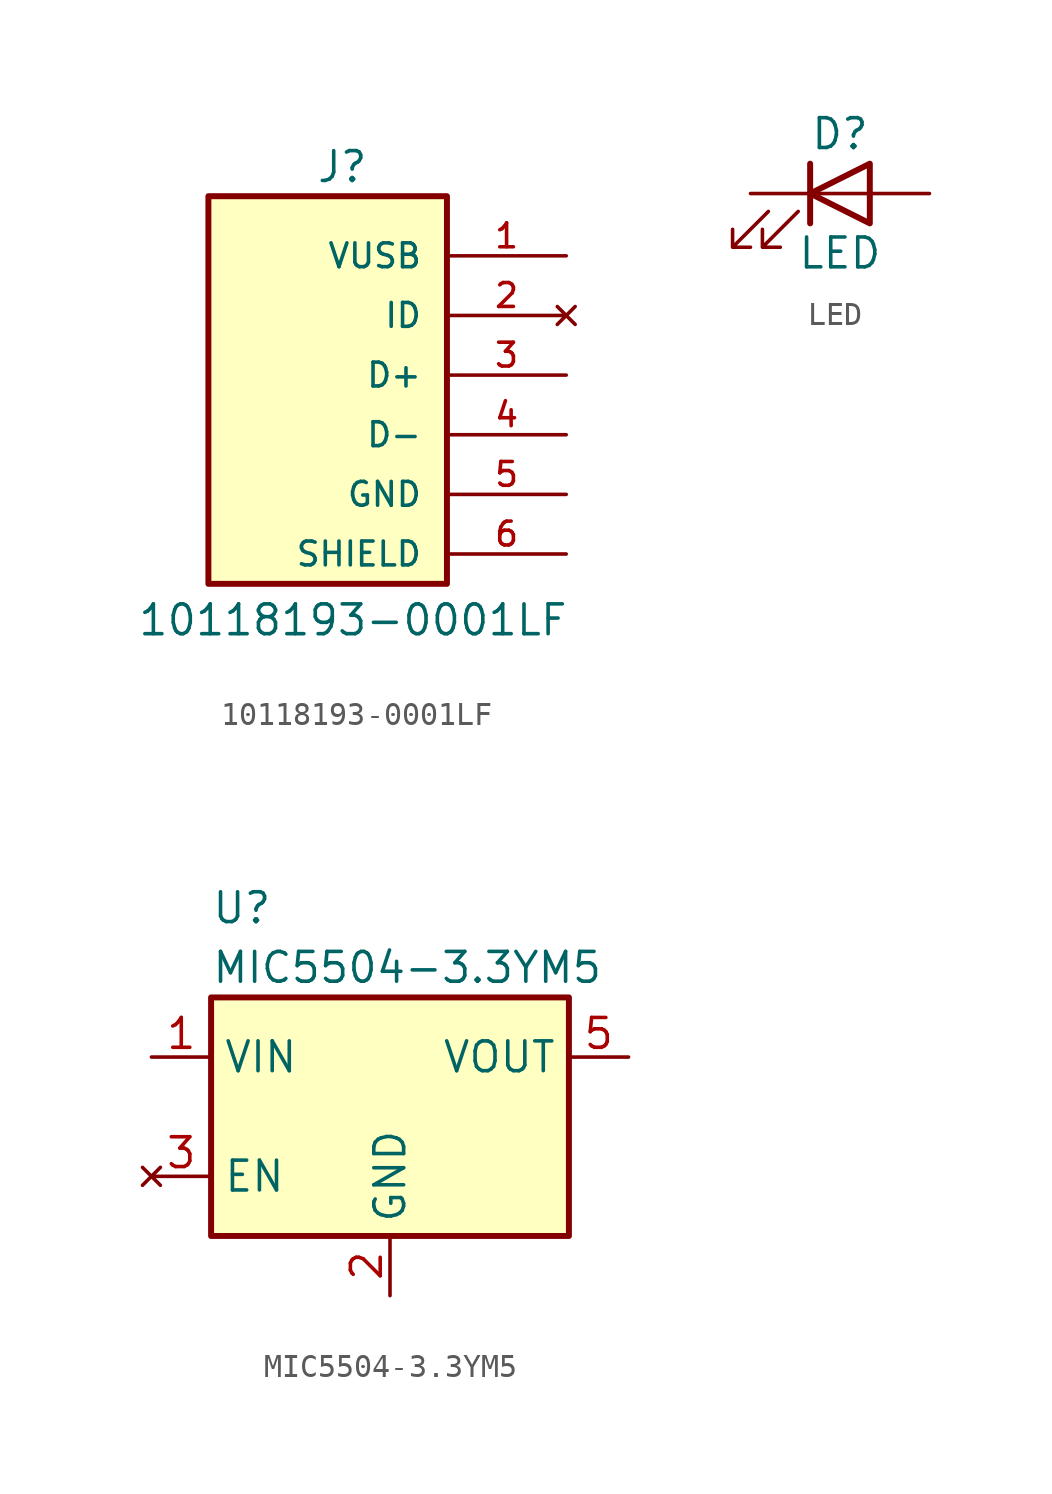
<source format=kicad_sym>
(kicad_symbol_lib
  (version 20241209)
  (generator "kicad_symbol_editor")
  (generator_version "9.0")
  (symbol "10118193-0001LF"
    (pin_names
      (offset 1.016))
    (property "Reference" "J"
      (at -0.508 6.858 0)
      (effects (font (size 1.27 1.27)) (justify left bottom)))
    (property "Value" "10118193-0001LF"
      (at -8.128 -12.446 0)
      (effects (font (size 1.27 1.27)) (justify left bottom)))
    (symbol "10118193-0001LF_0_0"
      (rectangle (start -5.08 6.35) (end 5.08 -10.16) (stroke (width 0.254) (type default)) (fill (type background)))
      (pin passive line (at 10.16 -1.27 180) (length 5.08) (name "D+" (effects (font (size 1.016 1.016)))) (number "3" (effects (font (size 1.016 1.016)))))
      (pin passive line (at 10.16 -6.35 180) (length 5.08) (name "GND" (effects (font (size 1.016 1.016)))) (number "5" (effects (font (size 1.016 1.016))))))
    (symbol "10118193-0001LF_1_0"
      (pin power_out line (at 10.16 3.81 180) (length 5.08) (name "VUSB" (effects (font (size 1.016 1.016)))) (number "1" (effects (font (size 1.016 1.016)))))
      (pin no_connect line (at 10.16 1.27 180) (length 5.08) (name "ID" (effects (font (size 1.016 1.016)))) (number "2" (effects (font (size 1.016 1.016)))))
      (pin passive line (at 10.16 -3.81 180) (length 5.08) (name "D-" (effects (font (size 1.016 1.016)))) (number "4" (effects (font (size 1.016 1.016)))))
      (pin passive line (at 10.16 -8.89 180) (length 5.08) (name "SHIELD" (effects (font (size 1.016 1.016)))) (number "6" (effects (font (size 1.016 1.016)))))))
  (symbol "LED"
    (pin_numbers
      (hide yes))
    (pin_names
      (offset 0)
      (hide yes))
    (property "Reference" "D"
      (at 0 2.54 0)
      (effects (font (size 1.27 1.27))))
    (property "Value" "LED"
      (at 0 -2.54 0)
      (effects (font (size 1.27 1.27))))
    (symbol "LED_0_1"
      (polyline (pts (xy -3.048 -0.762) (xy -4.572 -2.286) (xy -3.81 -2.286) (xy -4.572 -2.286) (xy -4.572 -1.524)) (stroke (width 0) (type default)) (fill (type none)))
      (polyline (pts (xy -1.778 -0.762) (xy -3.302 -2.286) (xy -2.54 -2.286) (xy -3.302 -2.286) (xy -3.302 -1.524)) (stroke (width 0) (type default)) (fill (type none)))
      (polyline (pts (xy -1.27 0) (xy 1.27 0)) (stroke (width 0) (type default)) (fill (type none)))
      (polyline (pts (xy -1.27 -1.27) (xy -1.27 1.27)) (stroke (width 0.254) (type default)) (fill (type none)))
      (polyline (pts (xy 1.27 -1.27) (xy 1.27 1.27) (xy -1.27 0) (xy 1.27 -1.27)) (stroke (width 0.254) (type default)) (fill (type none))))
    (symbol "LED_1_1"
      (pin passive line (at -3.81 0 0) (length 2.54) (name "K" (effects (font (size 1.27 1.27)))) (number "1" (effects (font (size 1.27 1.27)))))
      (pin passive line (at 3.81 0 180) (length 2.54) (name "A" (effects (font (size 1.27 1.27)))) (number "2" (effects (font (size 1.27 1.27)))))))
  (symbol "MIC5504-3.3YM5"
    (property "Reference" "U"
      (at -7.62 8.89 0)
      (effects (font (size 1.27 1.27)) (justify left)))
    (property "Value" "MIC5504-3.3YM5"
      (at -7.62 6.35 0)
      (effects (font (size 1.27 1.27)) (justify left)))
    (symbol "MIC5504-3.3YM5_0_1"
      (rectangle (start -7.62 -5.08) (end 7.62 5.08) (stroke (width 0.254) (type default)) (fill (type background))))
    (symbol "MIC5504-3.3YM5_1_1"
      (pin power_in line (at -10.16 2.54 0) (length 2.54) (name "VIN" (effects (font (size 1.27 1.27)))) (number "1" (effects (font (size 1.27 1.27)))))
      (pin no_connect line (at -10.16 -2.54 0) (length 2.54) (name "EN" (effects (font (size 1.27 1.27)))) (number "3" (effects (font (size 1.27 1.27)))))
      (pin power_in line (at 0 -7.62 90) (length 2.54) (name "GND" (effects (font (size 1.27 1.27)))) (number "2" (effects (font (size 1.27 1.27)))))
      (pin no_connect line (at 7.62 -2.54 180) (length 2.54) (hide yes) (name "NC" (effects (font (size 1.27 1.27)))) (number "4" (effects (font (size 1.27 1.27)))))
      (pin power_out line (at 10.16 2.54 180) (length 2.54) (name "VOUT" (effects (font (size 1.27 1.27)))) (number "5" (effects (font (size 1.27 1.27))))))))
</source>
